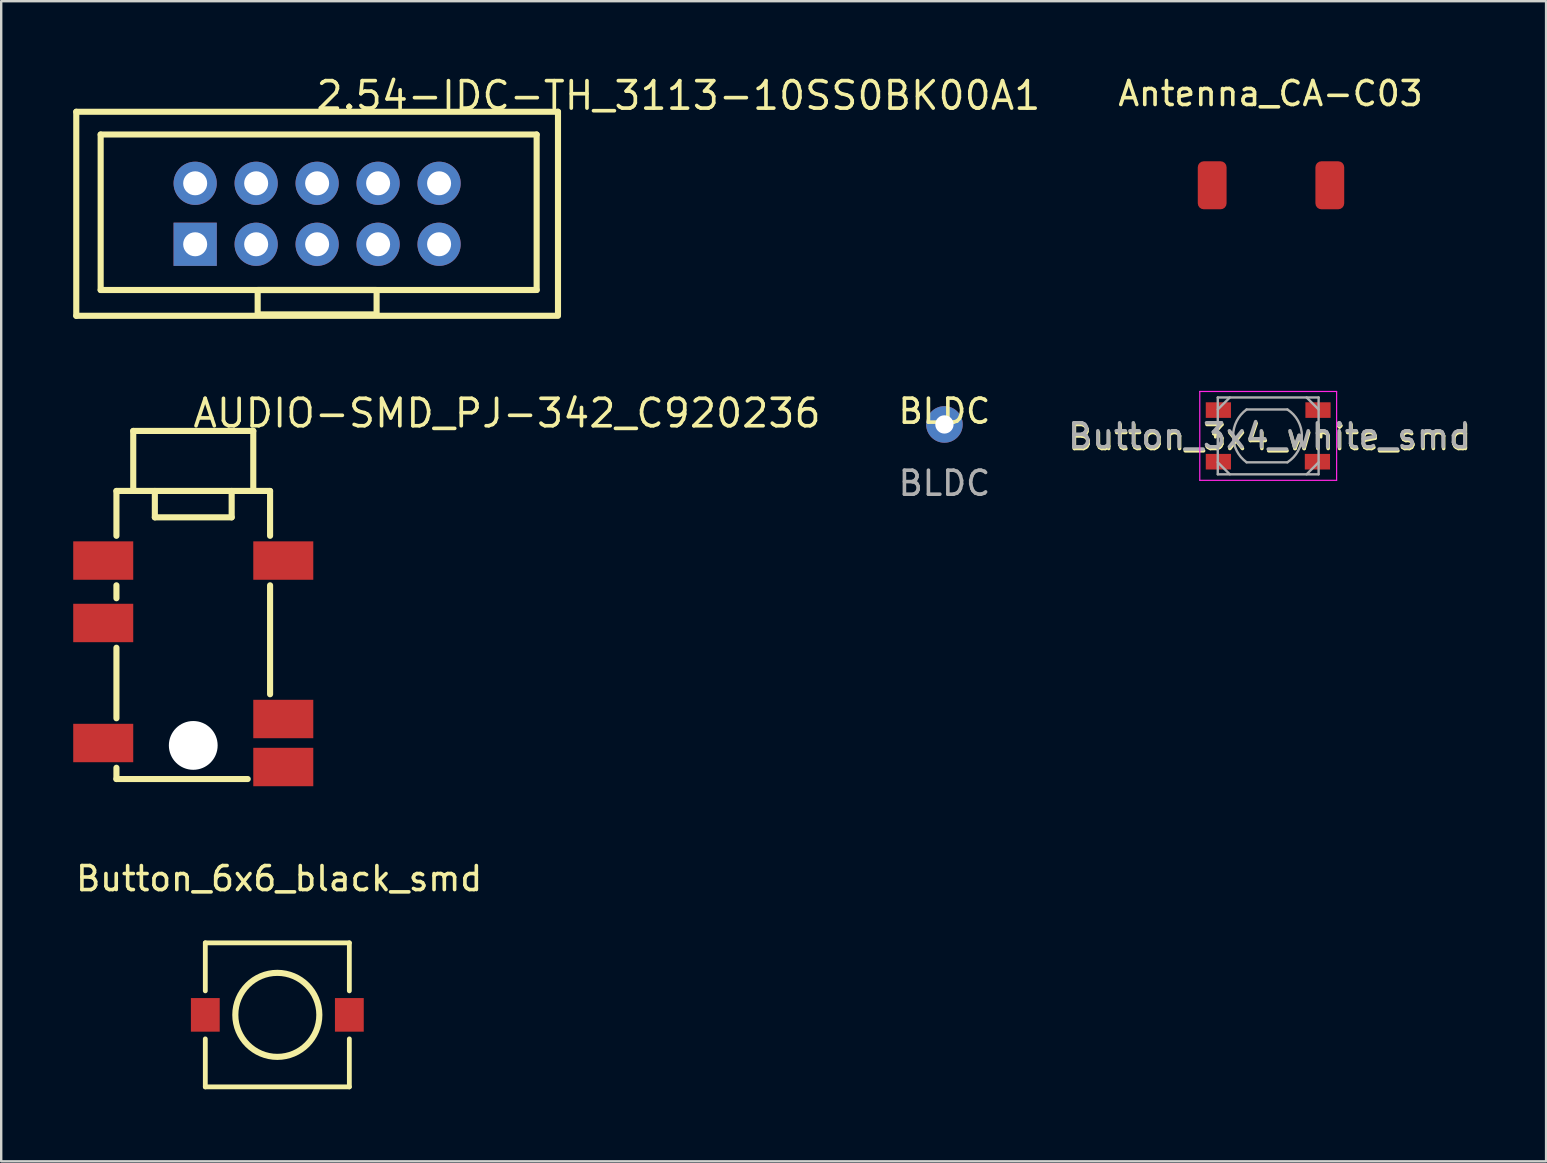
<source format=kicad_pcb>
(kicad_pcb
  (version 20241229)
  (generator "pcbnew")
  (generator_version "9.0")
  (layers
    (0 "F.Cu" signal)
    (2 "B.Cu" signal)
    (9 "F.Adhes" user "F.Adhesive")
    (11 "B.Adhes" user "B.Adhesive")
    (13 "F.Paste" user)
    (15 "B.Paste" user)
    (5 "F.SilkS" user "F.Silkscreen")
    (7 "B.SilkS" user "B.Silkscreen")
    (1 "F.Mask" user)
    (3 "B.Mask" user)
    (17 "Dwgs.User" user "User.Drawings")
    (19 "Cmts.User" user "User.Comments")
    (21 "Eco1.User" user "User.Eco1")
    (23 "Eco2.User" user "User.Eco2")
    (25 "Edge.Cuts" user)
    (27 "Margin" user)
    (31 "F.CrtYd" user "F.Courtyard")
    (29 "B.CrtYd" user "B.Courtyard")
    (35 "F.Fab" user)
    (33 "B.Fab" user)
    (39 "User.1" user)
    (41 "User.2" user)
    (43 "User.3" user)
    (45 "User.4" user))
  (footprint "Button_6x6_black_smd"
    (layer "F.Cu")
    (at 8.577 34.049)
    (property "Reference" "Button_6x6_black_smd" (at 0 -0.5 0) (unlocked yes) (layer "F.SilkS") (effects (font (size 1 1) (thickness 0.15))))
    (attr smd)
    (fp_line (start -3.075 4.175) (end -3.075 2.175) (stroke (width 0.2) (type solid)) (layer "F.SilkS"))
    (fp_line (start -3.075 8.175) (end -3.075 6.175) (stroke (width 0.2) (type solid)) (layer "F.SilkS"))
    (fp_line (start 2.925 2.175) (end -3.075 2.175) (stroke (width 0.2) (type solid)) (layer "F.SilkS"))
    (fp_line (start 2.925 4.175) (end 2.925 2.175) (stroke (width 0.2) (type solid)) (layer "F.SilkS"))
    (fp_line (start 2.925 8.175) (end -3.075 8.175) (stroke (width 0.2) (type solid)) (layer "F.SilkS"))
    (fp_line (start 2.925 8.175) (end 2.925 6.175) (stroke (width 0.2) (type solid)) (layer "F.SilkS"))
    (fp_circle (center -0.075 5.175) (end -1.825 5.175) (stroke (width 0.254) (type solid)) (fill no) (layer "F.SilkS"))
    (pad "1" smd rect (at -3.075 5.175) (size 1.2 1.4) (layers "F.Cu" "F.Mask" "F.Paste"))
    (pad "2" smd rect (at 2.925 5.175) (size 1.2 1.4) (layers "F.Cu" "F.Mask" "F.Paste")))
  (footprint "Button_3x4_white_smd"
    (layer "F.Cu")
    (at 49.776 15.107)
    (property "Reference" "Button_3x4_white_smd" (at 0.07 0.07 0) (layer "F.SilkS") (effects (font (size 1 1) (thickness 0.15))))
    (attr smd)
    (fp_line (start -2.2 0.05) (end -2.2 -0.05) (stroke (width 0.12) (type solid)) (layer "F.SilkS"))
    (fp_line (start 2.2 0.05) (end 2.2 -0.05) (stroke (width 0.12) (type solid)) (layer "F.SilkS"))
    (fp_line (start -2.85 -1.85) (end 2.85 -1.85) (stroke (width 0.05) (type solid)) (layer "F.CrtYd"))
    (fp_line (start -2.85 1.85) (end -2.85 -1.85) (stroke (width 0.05) (type solid)) (layer "F.CrtYd"))
    (fp_line (start 2.85 -1.85) (end 2.85 1.85) (stroke (width 0.05) (type solid)) (layer "F.CrtYd"))
    (fp_line (start 2.85 1.85) (end -2.85 1.85) (stroke (width 0.05) (type solid)) (layer "F.CrtYd"))
    (fp_line (start -2.1 -1.6) (end 2.1 -1.6) (stroke (width 0.1) (type solid)) (layer "F.Fab"))
    (fp_line (start -2.1 -1.1) (end -1.6 -1.6) (stroke (width 0.1) (type solid)) (layer "F.Fab"))
    (fp_line (start -2.1 1.1) (end -1.6 1.6) (stroke (width 0.1) (type solid)) (layer "F.Fab"))
    (fp_line (start -2.1 1.6) (end -2.1 -1.6) (stroke (width 0.1) (type solid)) (layer "F.Fab"))
    (fp_line (start -0.9 -1.1) (end 0.8 -1.1) (stroke (width 0.1) (type solid)) (layer "F.Fab"))
    (fp_line (start 0.8 1.1) (end -0.9 1.1) (stroke (width 0.1) (type solid)) (layer "F.Fab"))
    (fp_line (start 1.6 -1.6) (end 2.1 -1.1) (stroke (width 0.1) (type solid)) (layer "F.Fab"))
    (fp_line (start 1.6 1.6) (end 2.1 1.1) (stroke (width 0.1) (type solid)) (layer "F.Fab"))
    (fp_line (start 2.1 -1.6) (end 2.1 1.6) (stroke (width 0.1) (type solid)) (layer "F.Fab"))
    (fp_line (start 2.1 1.6) (end -2.1 1.6) (stroke (width 0.1) (type solid)) (layer "F.Fab"))
    (fp_arc (start -0.9 1.099999) (mid -1.460147 0) (end -0.9 -1.099999) (stroke (width 0.1) (type solid)) (layer "F.Fab"))
    (fp_arc (start 0.8 -1.099999) (mid 1.40384 0) (end 0.799999 1.099999) (stroke (width 0.1) (type solid)) (layer "F.Fab"))
    (fp_text user "${REFERENCE}" (at 0.05 0 0) (layer "F.Fab") (effects (font (size 1 1) (thickness 0.15))))
    (pad "1" smd rect (at -2.075 -1.075) (size 1.05 0.65) (layers "F.Cu" "F.Mask" "F.Paste"))
    (pad "1" smd rect (at 2.075 -1.075) (size 1.05 0.65) (layers "F.Cu" "F.Mask" "F.Paste"))
    (pad "2" smd rect (at -2.075 1.075) (size 1.05 0.65) (layers "F.Cu" "F.Mask" "F.Paste"))
    (pad "2" smd rect (at 2.05 1.075) (size 1.05 0.65) (layers "F.Cu" "F.Mask" "F.Paste")))
  (footprint "2.54-IDC-TH_3113-10SS0BK00A1"
    (layer "F.Cu")
    (at 10.16 5.855)
    (property "Reference" "2.54-IDC-TH_3113-10SS0BK00A1" (at -0.127 -4.255 0) (unlocked yes) (layer "F.SilkS") (effects (font (size 1.143 1.143) (thickness 0.152)) (justify left bottom)))
    (fp_line (start -10.033 -4.25) (end 10.033 -4.25) (stroke (width 0.254) (type solid)) (layer "F.SilkS"))
    (fp_line (start -10.033 4.25) (end -10.033 -4.25) (stroke (width 0.254) (type solid)) (layer "F.SilkS"))
    (fp_line (start -10.033 4.25) (end 10.033 4.25) (stroke (width 0.254) (type solid)) (layer "F.SilkS"))
    (fp_line (start -9.017 -3.302) (end 9.144 -3.302) (stroke (width 0.254) (type solid)) (layer "F.SilkS"))
    (fp_line (start -9.017 3.175) (end -9.017 -3.302) (stroke (width 0.254) (type solid)) (layer "F.SilkS"))
    (fp_line (start -9.017 3.175) (end 9.144 3.175) (stroke (width 0.254) (type solid)) (layer "F.SilkS"))
    (fp_line (start -2.477 3.175) (end 2.477 3.175) (stroke (width 0.254) (type solid)) (layer "F.SilkS"))
    (fp_line (start -2.477 4.191) (end -2.477 3.175) (stroke (width 0.254) (type solid)) (layer "F.SilkS"))
    (fp_line (start -2.477 4.191) (end 2.477 4.191) (stroke (width 0.254) (type solid)) (layer "F.SilkS"))
    (fp_line (start 2.477 4.191) (end 2.477 3.175) (stroke (width 0.254) (type solid)) (layer "F.SilkS"))
    (fp_line (start 9.144 3.175) (end 9.144 -3.302) (stroke (width 0.254) (type solid)) (layer "F.SilkS"))
    (fp_line (start 10.033 4.191) (end 10.033 -4.25) (stroke (width 0.254) (type solid)) (layer "F.SilkS"))
    (pad "1" thru_hole rect (at -5.08 1.27) (size 1.8 1.8) (drill 1) (layers "*.Cu" "*.Mask"))
    (pad "2" thru_hole circle (at -5.08 -1.27) (size 1.8 1.8) (drill 1) (layers "*.Cu" "*.Mask"))
    (pad "3" thru_hole circle (at -2.54 1.27) (size 1.8 1.8) (drill 1) (layers "*.Cu" "*.Mask"))
    (pad "4" thru_hole circle (at -2.54 -1.27) (size 1.8 1.8) (drill 1) (layers "*.Cu" "*.Mask"))
    (pad "5" thru_hole circle (at 0 1.27) (size 1.8 1.8) (drill 1) (layers "*.Cu" "*.Mask"))
    (pad "6" thru_hole circle (at 0 -1.27) (size 1.8 1.8) (drill 1) (layers "*.Cu" "*.Mask"))
    (pad "7" thru_hole circle (at 2.54 1.27) (size 1.8 1.8) (drill 1) (layers "*.Cu" "*.Mask"))
    (pad "8" thru_hole circle (at 2.54 -1.27) (size 1.8 1.8) (drill 1) (layers "*.Cu" "*.Mask"))
    (pad "9" thru_hole circle (at 5.08 1.27) (size 1.8 1.8) (drill 1) (layers "*.Cu" "*.Mask"))
    (pad "10" thru_hole circle (at 5.08 -1.27) (size 1.8 1.8) (drill 1) (layers "*.Cu" "*.Mask")))
  (footprint "Antenna_CA-C03"
    (layer "F.Cu")
    (at 49.873 1.348)
    (property "Reference" "Antenna_CA-C03" (at 0 -0.5 0) (unlocked yes) (layer "F.SilkS") (effects (font (size 1 1) (thickness 0.15))))
    (attr smd)
    (pad "1" smd roundrect (at -2.43 3.32) (size 1.2 2) (layers "F.Cu" "F.Mask" "F.Paste") (roundrect_rratio 0.208))
    (pad "2" smd roundrect (at 2.47 3.32) (size 1.2 2) (layers "F.Cu" "F.Mask" "F.Paste") (roundrect_rratio 0.208)))
  (footprint "BLDC"
    (layer "F.Cu")
    (at 36.29 14.58)
    (property "Reference" "BLDC" (at 0 -0.5 0) (unlocked yes) (layer "F.SilkS") (effects (font (size 1 1) (thickness 0.15))))
    (fp_text user "${REFERENCE}" (at 0 2.5 0) (unlocked yes) (layer "F.Fab") (effects (font (size 1 1) (thickness 0.15))))
    (pad "1" thru_hole circle (at 0 0.05) (size 1.524 1.524) (drill 0.762) (layers "*.Cu" "*.Mask")))
  (footprint "AUDIO-SMD_PJ-342_C920236"
    (layer "F.Cu")
    (at 5 24.6)
    (property "Reference" "AUDIO-SMD_PJ-342_C920236" (at -0.094 -9.768 0) (unlocked yes) (layer "F.SilkS") (effects (font (size 1.143 1.143) (thickness 0.152)) (justify left bottom)))
    (fp_line (start -3.2 -7.2) (end 3.2 -7.2) (stroke (width 0.254) (type solid)) (layer "F.SilkS"))
    (fp_line (start -3.2 -5.331) (end -3.2 -7.2) (stroke (width 0.254) (type solid)) (layer "F.SilkS"))
    (fp_line (start -3.2 -2.731) (end -3.2 -3.269) (stroke (width 0.254) (type solid)) (layer "F.SilkS"))
    (fp_line (start -3.2 2.269) (end -3.2 -0.669) (stroke (width 0.254) (type solid)) (layer "F.SilkS"))
    (fp_line (start -3.2 4.8) (end -3.2 4.331) (stroke (width 0.254) (type solid)) (layer "F.SilkS"))
    (fp_line (start -3.2 4.8) (end 2.269 4.8) (stroke (width 0.254) (type solid)) (layer "F.SilkS"))
    (fp_line (start -2.5 -9.7) (end 2.5 -9.7) (stroke (width 0.254) (type solid)) (layer "F.SilkS"))
    (fp_line (start -2.5 -7.2) (end -2.5 -9.7) (stroke (width 0.254) (type solid)) (layer "F.SilkS"))
    (fp_line (start -1.6 -6.1) (end -1.6 -7.2) (stroke (width 0.254) (type solid)) (layer "F.SilkS"))
    (fp_line (start -1.6 -6.1) (end 1.6 -6.1) (stroke (width 0.254) (type solid)) (layer "F.SilkS"))
    (fp_line (start 1.6 -6.1) (end 1.6 -7.2) (stroke (width 0.254) (type solid)) (layer "F.SilkS"))
    (fp_line (start 2.5 -7.2) (end 2.5 -9.7) (stroke (width 0.254) (type solid)) (layer "F.SilkS"))
    (fp_line (start 3.2 -5.331) (end 3.2 -7.2) (stroke (width 0.254) (type solid)) (layer "F.SilkS"))
    (fp_line (start 3.2 1.269) (end 3.2 -3.269) (stroke (width 0.254) (type solid)) (layer "F.SilkS"))
    (pad "" np_thru_hole circle (at 0 3.4) (size 2.032 2.032) (drill 2.032) (layers "*.Cu" "*.Mask"))
    (pad "1" smd rect (at -3.75 -4.3) (size 2.5 1.6) (layers "F.Cu" "F.Mask" "F.Paste"))
    (pad "2" smd rect (at 3.75 2.3) (size 2.5 1.6) (layers "F.Cu" "F.Mask" "F.Paste"))
    (pad "3" smd rect (at -3.75 -1.7) (size 2.5 1.6) (layers "F.Cu" "F.Mask" "F.Paste"))
    (pad "4" smd rect (at 3.75 -4.3) (size 2.5 1.6) (layers "F.Cu" "F.Mask" "F.Paste"))
    (pad "5" smd rect (at 3.75 4.3) (size 2.5 1.6) (layers "F.Cu" "F.Mask" "F.Paste"))
    (pad "6" smd rect (at -3.75 3.3) (size 2.5 1.6) (layers "F.Cu" "F.Mask" "F.Paste")))
  (gr_rect
    (start -3 -3)
    (end 61.352 45.324)
    (stroke (width 0.1) (type default))
    (fill no)
    (layer "Edge.Cuts")))
</source>
